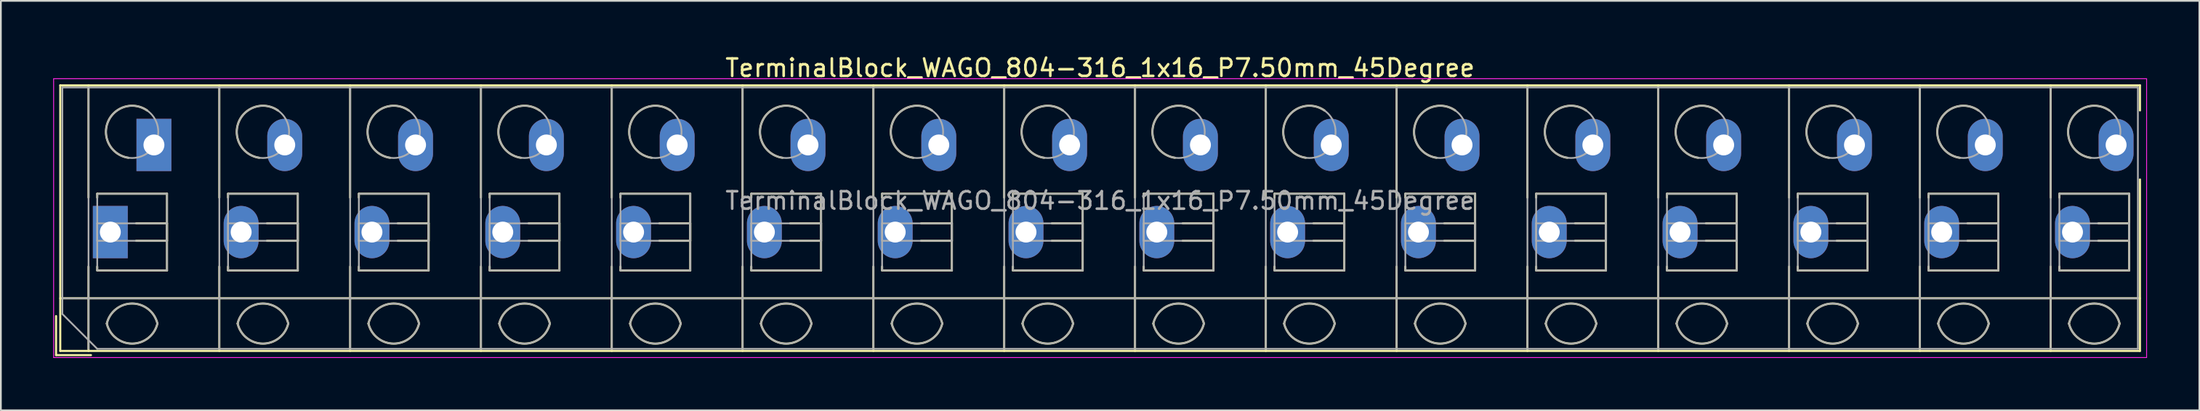
<source format=kicad_pcb>
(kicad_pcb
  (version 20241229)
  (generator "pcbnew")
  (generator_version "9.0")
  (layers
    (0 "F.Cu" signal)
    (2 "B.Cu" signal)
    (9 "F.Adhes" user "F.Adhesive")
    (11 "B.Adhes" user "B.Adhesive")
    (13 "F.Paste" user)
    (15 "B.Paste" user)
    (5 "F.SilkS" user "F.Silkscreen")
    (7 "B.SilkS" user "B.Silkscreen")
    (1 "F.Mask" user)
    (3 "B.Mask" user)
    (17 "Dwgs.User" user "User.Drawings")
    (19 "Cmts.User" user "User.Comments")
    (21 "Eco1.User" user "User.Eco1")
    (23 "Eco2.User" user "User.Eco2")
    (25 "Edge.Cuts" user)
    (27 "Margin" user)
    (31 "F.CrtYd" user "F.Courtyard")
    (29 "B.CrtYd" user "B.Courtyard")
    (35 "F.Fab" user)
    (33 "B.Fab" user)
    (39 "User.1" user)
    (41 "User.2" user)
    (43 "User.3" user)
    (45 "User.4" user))
  (footprint "TerminalBlock_WAGO_804-316_1x16_P7.50mm_45Degree"
    (layer "F.Cu")
    (at 3.275 10.268)
    (property "Reference" "TerminalBlock_WAGO_804-316_1x16_P7.50mm_45Degree" (at 56.75 -9.42 0) (layer "F.SilkS") (effects (font (size 1 1) (thickness 0.15))))
    (attr through_hole)
    (fp_line (start -3.11 4.82) (end -3.11 7.06) (stroke (width 0.12) (type solid)) (layer "F.SilkS"))
    (fp_line (start -3.11 7.06) (end -1.11 7.06) (stroke (width 0.12) (type solid)) (layer "F.SilkS"))
    (fp_line (start -2.87 -8.42) (end -2.87 6.82) (stroke (width 0.12) (type solid)) (layer "F.SilkS"))
    (fp_line (start -2.87 -8.42) (end 116.37 -8.42) (stroke (width 0.12) (type solid)) (layer "F.SilkS"))
    (fp_line (start -2.87 3.8) (end 116.37 3.8) (stroke (width 0.12) (type solid)) (layer "F.SilkS"))
    (fp_line (start -2.87 6.82) (end 116.37 6.82) (stroke (width 0.12) (type solid)) (layer "F.SilkS"))
    (fp_line (start -1.25 -8.42) (end -1.25 -1.98) (stroke (width 0.12) (type solid)) (layer "F.SilkS"))
    (fp_line (start -1.25 1.98) (end -1.25 6.82) (stroke (width 0.12) (type solid)) (layer "F.SilkS"))
    (fp_line (start -0.75 -2.2) (end -0.75 -1.98) (stroke (width 0.12) (type solid)) (layer "F.SilkS"))
    (fp_line (start -0.75 -2.2) (end 3.25 -2.2) (stroke (width 0.12) (type solid)) (layer "F.SilkS"))
    (fp_line (start -0.75 1.98) (end -0.75 2.2) (stroke (width 0.12) (type solid)) (layer "F.SilkS"))
    (fp_line (start -0.75 2.2) (end 3.25 2.2) (stroke (width 0.12) (type solid)) (layer "F.SilkS"))
    (fp_line (start 1.48 -0.5) (end 3.25 -0.5) (stroke (width 0.12) (type solid)) (layer "F.SilkS"))
    (fp_line (start 1.48 0.5) (end 3.25 0.5) (stroke (width 0.12) (type solid)) (layer "F.SilkS"))
    (fp_line (start 3.25 -2.2) (end 3.25 2.2) (stroke (width 0.12) (type solid)) (layer "F.SilkS"))
    (fp_line (start 3.25 -0.5) (end 3.25 0.5) (stroke (width 0.12) (type solid)) (layer "F.SilkS"))
    (fp_line (start 6.25 -8.42) (end 6.25 -1.98) (stroke (width 0.12) (type solid)) (layer "F.SilkS"))
    (fp_line (start 6.25 1.98) (end 6.25 6.82) (stroke (width 0.12) (type solid)) (layer "F.SilkS"))
    (fp_line (start 6.75 -2.2) (end 6.75 -1.98) (stroke (width 0.12) (type solid)) (layer "F.SilkS"))
    (fp_line (start 6.75 -2.2) (end 10.75 -2.2) (stroke (width 0.12) (type solid)) (layer "F.SilkS"))
    (fp_line (start 6.75 1.98) (end 6.75 2.2) (stroke (width 0.12) (type solid)) (layer "F.SilkS"))
    (fp_line (start 6.75 2.2) (end 10.75 2.2) (stroke (width 0.12) (type solid)) (layer "F.SilkS"))
    (fp_line (start 8.98 -0.5) (end 10.75 -0.5) (stroke (width 0.12) (type solid)) (layer "F.SilkS"))
    (fp_line (start 8.98 0.5) (end 10.75 0.5) (stroke (width 0.12) (type solid)) (layer "F.SilkS"))
    (fp_line (start 10.75 -2.2) (end 10.75 2.2) (stroke (width 0.12) (type solid)) (layer "F.SilkS"))
    (fp_line (start 10.75 -0.5) (end 10.75 0.5) (stroke (width 0.12) (type solid)) (layer "F.SilkS"))
    (fp_line (start 13.75 -8.42) (end 13.75 -1.98) (stroke (width 0.12) (type solid)) (layer "F.SilkS"))
    (fp_line (start 13.75 1.98) (end 13.75 6.82) (stroke (width 0.12) (type solid)) (layer "F.SilkS"))
    (fp_line (start 14.25 -2.2) (end 14.25 -1.98) (stroke (width 0.12) (type solid)) (layer "F.SilkS"))
    (fp_line (start 14.25 -2.2) (end 18.25 -2.2) (stroke (width 0.12) (type solid)) (layer "F.SilkS"))
    (fp_line (start 14.25 1.98) (end 14.25 2.2) (stroke (width 0.12) (type solid)) (layer "F.SilkS"))
    (fp_line (start 14.25 2.2) (end 18.25 2.2) (stroke (width 0.12) (type solid)) (layer "F.SilkS"))
    (fp_line (start 16.48 -0.5) (end 18.25 -0.5) (stroke (width 0.12) (type solid)) (layer "F.SilkS"))
    (fp_line (start 16.48 0.5) (end 18.25 0.5) (stroke (width 0.12) (type solid)) (layer "F.SilkS"))
    (fp_line (start 18.25 -2.2) (end 18.25 2.2) (stroke (width 0.12) (type solid)) (layer "F.SilkS"))
    (fp_line (start 18.25 -0.5) (end 18.25 0.5) (stroke (width 0.12) (type solid)) (layer "F.SilkS"))
    (fp_line (start 21.25 -8.42) (end 21.25 -1.98) (stroke (width 0.12) (type solid)) (layer "F.SilkS"))
    (fp_line (start 21.25 1.98) (end 21.25 6.82) (stroke (width 0.12) (type solid)) (layer "F.SilkS"))
    (fp_line (start 21.75 -2.2) (end 21.75 -1.98) (stroke (width 0.12) (type solid)) (layer "F.SilkS"))
    (fp_line (start 21.75 -2.2) (end 25.75 -2.2) (stroke (width 0.12) (type solid)) (layer "F.SilkS"))
    (fp_line (start 21.75 1.98) (end 21.75 2.2) (stroke (width 0.12) (type solid)) (layer "F.SilkS"))
    (fp_line (start 21.75 2.2) (end 25.75 2.2) (stroke (width 0.12) (type solid)) (layer "F.SilkS"))
    (fp_line (start 23.98 -0.5) (end 25.75 -0.5) (stroke (width 0.12) (type solid)) (layer "F.SilkS"))
    (fp_line (start 23.98 0.5) (end 25.75 0.5) (stroke (width 0.12) (type solid)) (layer "F.SilkS"))
    (fp_line (start 25.75 -2.2) (end 25.75 2.2) (stroke (width 0.12) (type solid)) (layer "F.SilkS"))
    (fp_line (start 25.75 -0.5) (end 25.75 0.5) (stroke (width 0.12) (type solid)) (layer "F.SilkS"))
    (fp_line (start 28.75 -8.42) (end 28.75 -1.98) (stroke (width 0.12) (type solid)) (layer "F.SilkS"))
    (fp_line (start 28.75 1.98) (end 28.75 6.82) (stroke (width 0.12) (type solid)) (layer "F.SilkS"))
    (fp_line (start 29.25 -2.2) (end 29.25 -1.98) (stroke (width 0.12) (type solid)) (layer "F.SilkS"))
    (fp_line (start 29.25 -2.2) (end 33.25 -2.2) (stroke (width 0.12) (type solid)) (layer "F.SilkS"))
    (fp_line (start 29.25 1.98) (end 29.25 2.2) (stroke (width 0.12) (type solid)) (layer "F.SilkS"))
    (fp_line (start 29.25 2.2) (end 33.25 2.2) (stroke (width 0.12) (type solid)) (layer "F.SilkS"))
    (fp_line (start 31.48 -0.5) (end 33.25 -0.5) (stroke (width 0.12) (type solid)) (layer "F.SilkS"))
    (fp_line (start 31.48 0.5) (end 33.25 0.5) (stroke (width 0.12) (type solid)) (layer "F.SilkS"))
    (fp_line (start 33.25 -2.2) (end 33.25 2.2) (stroke (width 0.12) (type solid)) (layer "F.SilkS"))
    (fp_line (start 33.25 -0.5) (end 33.25 0.5) (stroke (width 0.12) (type solid)) (layer "F.SilkS"))
    (fp_line (start 36.25 -8.42) (end 36.25 -1.98) (stroke (width 0.12) (type solid)) (layer "F.SilkS"))
    (fp_line (start 36.25 1.98) (end 36.25 6.82) (stroke (width 0.12) (type solid)) (layer "F.SilkS"))
    (fp_line (start 36.75 -2.2) (end 36.75 -1.98) (stroke (width 0.12) (type solid)) (layer "F.SilkS"))
    (fp_line (start 36.75 -2.2) (end 40.75 -2.2) (stroke (width 0.12) (type solid)) (layer "F.SilkS"))
    (fp_line (start 36.75 1.98) (end 36.75 2.2) (stroke (width 0.12) (type solid)) (layer "F.SilkS"))
    (fp_line (start 36.75 2.2) (end 40.75 2.2) (stroke (width 0.12) (type solid)) (layer "F.SilkS"))
    (fp_line (start 38.98 -0.5) (end 40.75 -0.5) (stroke (width 0.12) (type solid)) (layer "F.SilkS"))
    (fp_line (start 38.98 0.5) (end 40.75 0.5) (stroke (width 0.12) (type solid)) (layer "F.SilkS"))
    (fp_line (start 40.75 -2.2) (end 40.75 2.2) (stroke (width 0.12) (type solid)) (layer "F.SilkS"))
    (fp_line (start 40.75 -0.5) (end 40.75 0.5) (stroke (width 0.12) (type solid)) (layer "F.SilkS"))
    (fp_line (start 43.75 -8.42) (end 43.75 -1.98) (stroke (width 0.12) (type solid)) (layer "F.SilkS"))
    (fp_line (start 43.75 1.98) (end 43.75 6.82) (stroke (width 0.12) (type solid)) (layer "F.SilkS"))
    (fp_line (start 44.25 -2.2) (end 44.25 -1.98) (stroke (width 0.12) (type solid)) (layer "F.SilkS"))
    (fp_line (start 44.25 -2.2) (end 48.25 -2.2) (stroke (width 0.12) (type solid)) (layer "F.SilkS"))
    (fp_line (start 44.25 1.98) (end 44.25 2.2) (stroke (width 0.12) (type solid)) (layer "F.SilkS"))
    (fp_line (start 44.25 2.2) (end 48.25 2.2) (stroke (width 0.12) (type solid)) (layer "F.SilkS"))
    (fp_line (start 46.48 -0.5) (end 48.25 -0.5) (stroke (width 0.12) (type solid)) (layer "F.SilkS"))
    (fp_line (start 46.48 0.5) (end 48.25 0.5) (stroke (width 0.12) (type solid)) (layer "F.SilkS"))
    (fp_line (start 48.25 -2.2) (end 48.25 2.2) (stroke (width 0.12) (type solid)) (layer "F.SilkS"))
    (fp_line (start 48.25 -0.5) (end 48.25 0.5) (stroke (width 0.12) (type solid)) (layer "F.SilkS"))
    (fp_line (start 51.25 -8.42) (end 51.25 -1.98) (stroke (width 0.12) (type solid)) (layer "F.SilkS"))
    (fp_line (start 51.25 1.98) (end 51.25 6.82) (stroke (width 0.12) (type solid)) (layer "F.SilkS"))
    (fp_line (start 51.75 -2.2) (end 51.75 -1.98) (stroke (width 0.12) (type solid)) (layer "F.SilkS"))
    (fp_line (start 51.75 -2.2) (end 55.75 -2.2) (stroke (width 0.12) (type solid)) (layer "F.SilkS"))
    (fp_line (start 51.75 1.98) (end 51.75 2.2) (stroke (width 0.12) (type solid)) (layer "F.SilkS"))
    (fp_line (start 51.75 2.2) (end 55.75 2.2) (stroke (width 0.12) (type solid)) (layer "F.SilkS"))
    (fp_line (start 53.98 -0.5) (end 55.75 -0.5) (stroke (width 0.12) (type solid)) (layer "F.SilkS"))
    (fp_line (start 53.98 0.5) (end 55.75 0.5) (stroke (width 0.12) (type solid)) (layer "F.SilkS"))
    (fp_line (start 55.75 -2.2) (end 55.75 2.2) (stroke (width 0.12) (type solid)) (layer "F.SilkS"))
    (fp_line (start 55.75 -0.5) (end 55.75 0.5) (stroke (width 0.12) (type solid)) (layer "F.SilkS"))
    (fp_line (start 58.75 -8.42) (end 58.75 -1.98) (stroke (width 0.12) (type solid)) (layer "F.SilkS"))
    (fp_line (start 58.75 1.98) (end 58.75 6.82) (stroke (width 0.12) (type solid)) (layer "F.SilkS"))
    (fp_line (start 59.25 -2.2) (end 59.25 -1.98) (stroke (width 0.12) (type solid)) (layer "F.SilkS"))
    (fp_line (start 59.25 -2.2) (end 63.25 -2.2) (stroke (width 0.12) (type solid)) (layer "F.SilkS"))
    (fp_line (start 59.25 1.98) (end 59.25 2.2) (stroke (width 0.12) (type solid)) (layer "F.SilkS"))
    (fp_line (start 59.25 2.2) (end 63.25 2.2) (stroke (width 0.12) (type solid)) (layer "F.SilkS"))
    (fp_line (start 61.48 -0.5) (end 63.25 -0.5) (stroke (width 0.12) (type solid)) (layer "F.SilkS"))
    (fp_line (start 61.48 0.5) (end 63.25 0.5) (stroke (width 0.12) (type solid)) (layer "F.SilkS"))
    (fp_line (start 63.25 -2.2) (end 63.25 2.2) (stroke (width 0.12) (type solid)) (layer "F.SilkS"))
    (fp_line (start 63.25 -0.5) (end 63.25 0.5) (stroke (width 0.12) (type solid)) (layer "F.SilkS"))
    (fp_line (start 66.25 -8.42) (end 66.25 -1.98) (stroke (width 0.12) (type solid)) (layer "F.SilkS"))
    (fp_line (start 66.25 1.98) (end 66.25 6.82) (stroke (width 0.12) (type solid)) (layer "F.SilkS"))
    (fp_line (start 66.75 -2.2) (end 66.75 -1.98) (stroke (width 0.12) (type solid)) (layer "F.SilkS"))
    (fp_line (start 66.75 -2.2) (end 70.75 -2.2) (stroke (width 0.12) (type solid)) (layer "F.SilkS"))
    (fp_line (start 66.75 1.98) (end 66.75 2.2) (stroke (width 0.12) (type solid)) (layer "F.SilkS"))
    (fp_line (start 66.75 2.2) (end 70.75 2.2) (stroke (width 0.12) (type solid)) (layer "F.SilkS"))
    (fp_line (start 68.98 -0.5) (end 70.75 -0.5) (stroke (width 0.12) (type solid)) (layer "F.SilkS"))
    (fp_line (start 68.98 0.5) (end 70.75 0.5) (stroke (width 0.12) (type solid)) (layer "F.SilkS"))
    (fp_line (start 70.75 -2.2) (end 70.75 2.2) (stroke (width 0.12) (type solid)) (layer "F.SilkS"))
    (fp_line (start 70.75 -0.5) (end 70.75 0.5) (stroke (width 0.12) (type solid)) (layer "F.SilkS"))
    (fp_line (start 73.75 -8.42) (end 73.75 -1.98) (stroke (width 0.12) (type solid)) (layer "F.SilkS"))
    (fp_line (start 73.75 1.98) (end 73.75 6.82) (stroke (width 0.12) (type solid)) (layer "F.SilkS"))
    (fp_line (start 74.25 -2.2) (end 74.25 -1.98) (stroke (width 0.12) (type solid)) (layer "F.SilkS"))
    (fp_line (start 74.25 -2.2) (end 78.25 -2.2) (stroke (width 0.12) (type solid)) (layer "F.SilkS"))
    (fp_line (start 74.25 1.98) (end 74.25 2.2) (stroke (width 0.12) (type solid)) (layer "F.SilkS"))
    (fp_line (start 74.25 2.2) (end 78.25 2.2) (stroke (width 0.12) (type solid)) (layer "F.SilkS"))
    (fp_line (start 76.48 -0.5) (end 78.25 -0.5) (stroke (width 0.12) (type solid)) (layer "F.SilkS"))
    (fp_line (start 76.48 0.5) (end 78.25 0.5) (stroke (width 0.12) (type solid)) (layer "F.SilkS"))
    (fp_line (start 78.25 -2.2) (end 78.25 2.2) (stroke (width 0.12) (type solid)) (layer "F.SilkS"))
    (fp_line (start 78.25 -0.5) (end 78.25 0.5) (stroke (width 0.12) (type solid)) (layer "F.SilkS"))
    (fp_line (start 81.25 -8.42) (end 81.25 -1.98) (stroke (width 0.12) (type solid)) (layer "F.SilkS"))
    (fp_line (start 81.25 1.98) (end 81.25 6.82) (stroke (width 0.12) (type solid)) (layer "F.SilkS"))
    (fp_line (start 81.75 -2.2) (end 81.75 -1.98) (stroke (width 0.12) (type solid)) (layer "F.SilkS"))
    (fp_line (start 81.75 -2.2) (end 85.75 -2.2) (stroke (width 0.12) (type solid)) (layer "F.SilkS"))
    (fp_line (start 81.75 1.98) (end 81.75 2.2) (stroke (width 0.12) (type solid)) (layer "F.SilkS"))
    (fp_line (start 81.75 2.2) (end 85.75 2.2) (stroke (width 0.12) (type solid)) (layer "F.SilkS"))
    (fp_line (start 83.98 -0.5) (end 85.75 -0.5) (stroke (width 0.12) (type solid)) (layer "F.SilkS"))
    (fp_line (start 83.98 0.5) (end 85.75 0.5) (stroke (width 0.12) (type solid)) (layer "F.SilkS"))
    (fp_line (start 85.75 -2.2) (end 85.75 2.2) (stroke (width 0.12) (type solid)) (layer "F.SilkS"))
    (fp_line (start 85.75 -0.5) (end 85.75 0.5) (stroke (width 0.12) (type solid)) (layer "F.SilkS"))
    (fp_line (start 88.75 -8.42) (end 88.75 -1.98) (stroke (width 0.12) (type solid)) (layer "F.SilkS"))
    (fp_line (start 88.75 1.98) (end 88.75 6.82) (stroke (width 0.12) (type solid)) (layer "F.SilkS"))
    (fp_line (start 89.25 -2.2) (end 89.25 -1.98) (stroke (width 0.12) (type solid)) (layer "F.SilkS"))
    (fp_line (start 89.25 -2.2) (end 93.25 -2.2) (stroke (width 0.12) (type solid)) (layer "F.SilkS"))
    (fp_line (start 89.25 1.98) (end 89.25 2.2) (stroke (width 0.12) (type solid)) (layer "F.SilkS"))
    (fp_line (start 89.25 2.2) (end 93.25 2.2) (stroke (width 0.12) (type solid)) (layer "F.SilkS"))
    (fp_line (start 91.48 -0.5) (end 93.25 -0.5) (stroke (width 0.12) (type solid)) (layer "F.SilkS"))
    (fp_line (start 91.48 0.5) (end 93.25 0.5) (stroke (width 0.12) (type solid)) (layer "F.SilkS"))
    (fp_line (start 93.25 -2.2) (end 93.25 2.2) (stroke (width 0.12) (type solid)) (layer "F.SilkS"))
    (fp_line (start 93.25 -0.5) (end 93.25 0.5) (stroke (width 0.12) (type solid)) (layer "F.SilkS"))
    (fp_line (start 96.25 -8.42) (end 96.25 -1.98) (stroke (width 0.12) (type solid)) (layer "F.SilkS"))
    (fp_line (start 96.25 1.98) (end 96.25 6.82) (stroke (width 0.12) (type solid)) (layer "F.SilkS"))
    (fp_line (start 96.75 -2.2) (end 96.75 -1.98) (stroke (width 0.12) (type solid)) (layer "F.SilkS"))
    (fp_line (start 96.75 -2.2) (end 100.75 -2.2) (stroke (width 0.12) (type solid)) (layer "F.SilkS"))
    (fp_line (start 96.75 1.98) (end 96.75 2.2) (stroke (width 0.12) (type solid)) (layer "F.SilkS"))
    (fp_line (start 96.75 2.2) (end 100.75 2.2) (stroke (width 0.12) (type solid)) (layer "F.SilkS"))
    (fp_line (start 98.98 -0.5) (end 100.75 -0.5) (stroke (width 0.12) (type solid)) (layer "F.SilkS"))
    (fp_line (start 98.98 0.5) (end 100.75 0.5) (stroke (width 0.12) (type solid)) (layer "F.SilkS"))
    (fp_line (start 100.75 -2.2) (end 100.75 2.2) (stroke (width 0.12) (type solid)) (layer "F.SilkS"))
    (fp_line (start 100.75 -0.5) (end 100.75 0.5) (stroke (width 0.12) (type solid)) (layer "F.SilkS"))
    (fp_line (start 103.75 -8.42) (end 103.75 -1.98) (stroke (width 0.12) (type solid)) (layer "F.SilkS"))
    (fp_line (start 103.75 1.98) (end 103.75 6.82) (stroke (width 0.12) (type solid)) (layer "F.SilkS"))
    (fp_line (start 104.25 -2.2) (end 104.25 -1.98) (stroke (width 0.12) (type solid)) (layer "F.SilkS"))
    (fp_line (start 104.25 -2.2) (end 108.25 -2.2) (stroke (width 0.12) (type solid)) (layer "F.SilkS"))
    (fp_line (start 104.25 1.98) (end 104.25 2.2) (stroke (width 0.12) (type solid)) (layer "F.SilkS"))
    (fp_line (start 104.25 2.2) (end 108.25 2.2) (stroke (width 0.12) (type solid)) (layer "F.SilkS"))
    (fp_line (start 106.48 -0.5) (end 108.25 -0.5) (stroke (width 0.12) (type solid)) (layer "F.SilkS"))
    (fp_line (start 106.48 0.5) (end 108.25 0.5) (stroke (width 0.12) (type solid)) (layer "F.SilkS"))
    (fp_line (start 108.25 -2.2) (end 108.25 2.2) (stroke (width 0.12) (type solid)) (layer "F.SilkS"))
    (fp_line (start 108.25 -0.5) (end 108.25 0.5) (stroke (width 0.12) (type solid)) (layer "F.SilkS"))
    (fp_line (start 111.25 -8.42) (end 111.25 -1.98) (stroke (width 0.12) (type solid)) (layer "F.SilkS"))
    (fp_line (start 111.25 1.98) (end 111.25 6.82) (stroke (width 0.12) (type solid)) (layer "F.SilkS"))
    (fp_line (start 111.75 -2.2) (end 111.75 -1.98) (stroke (width 0.12) (type solid)) (layer "F.SilkS"))
    (fp_line (start 111.75 -2.2) (end 115.75 -2.2) (stroke (width 0.12) (type solid)) (layer "F.SilkS"))
    (fp_line (start 111.75 1.98) (end 111.75 2.2) (stroke (width 0.12) (type solid)) (layer "F.SilkS"))
    (fp_line (start 111.75 2.2) (end 115.75 2.2) (stroke (width 0.12) (type solid)) (layer "F.SilkS"))
    (fp_line (start 113.98 -0.5) (end 115.75 -0.5) (stroke (width 0.12) (type solid)) (layer "F.SilkS"))
    (fp_line (start 113.98 0.5) (end 115.75 0.5) (stroke (width 0.12) (type solid)) (layer "F.SilkS"))
    (fp_line (start 115.75 -2.2) (end 115.75 2.2) (stroke (width 0.12) (type solid)) (layer "F.SilkS"))
    (fp_line (start 115.75 -0.5) (end 115.75 0.5) (stroke (width 0.12) (type solid)) (layer "F.SilkS"))
    (fp_line (start 116.37 -8.42) (end 116.37 -6.98) (stroke (width 0.12) (type solid)) (layer "F.SilkS"))
    (fp_line (start 116.37 -3.02) (end 116.37 6.82) (stroke (width 0.12) (type solid)) (layer "F.SilkS"))
    (fp_arc (start -0.200865 5.250424) (mid 1.250296 4.099926) (end 2.701 5.251) (stroke (width 0.12) (type solid)) (layer "F.SilkS"))
    (fp_arc (start 1.040798 -4.264067) (mid -0.146039 -6.300306) (end 2.111 -6.979) (stroke (width 0.12) (type solid)) (layer "F.SilkS"))
    (fp_arc (start 2.7 5.25) (mid 1.250068 6.400101) (end -0.199969 5.250133) (stroke (width 0.12) (type solid)) (layer "F.SilkS"))
    (fp_arc (start 7.299135 5.250424) (mid 8.750296 4.099926) (end 10.201 5.251) (stroke (width 0.12) (type solid)) (layer "F.SilkS"))
    (fp_arc (start 8.540798 -4.264067) (mid 7.353961 -6.300306) (end 9.611 -6.979) (stroke (width 0.12) (type solid)) (layer "F.SilkS"))
    (fp_arc (start 10.2 5.25) (mid 8.750068 6.400101) (end 7.300031 5.250133) (stroke (width 0.12) (type solid)) (layer "F.SilkS"))
    (fp_arc (start 14.799135 5.250424) (mid 16.250296 4.099926) (end 17.701 5.251) (stroke (width 0.12) (type solid)) (layer "F.SilkS"))
    (fp_arc (start 16.040798 -4.264067) (mid 14.853961 -6.300306) (end 17.111 -6.979) (stroke (width 0.12) (type solid)) (layer "F.SilkS"))
    (fp_arc (start 17.7 5.25) (mid 16.250068 6.400101) (end 14.800031 5.250133) (stroke (width 0.12) (type solid)) (layer "F.SilkS"))
    (fp_arc (start 22.299135 5.250424) (mid 23.750296 4.099926) (end 25.201 5.251) (stroke (width 0.12) (type solid)) (layer "F.SilkS"))
    (fp_arc (start 23.540798 -4.264067) (mid 22.353961 -6.300306) (end 24.611 -6.979) (stroke (width 0.12) (type solid)) (layer "F.SilkS"))
    (fp_arc (start 25.2 5.25) (mid 23.750068 6.400101) (end 22.300031 5.250133) (stroke (width 0.12) (type solid)) (layer "F.SilkS"))
    (fp_arc (start 29.799135 5.250424) (mid 31.250296 4.099926) (end 32.701 5.251) (stroke (width 0.12) (type solid)) (layer "F.SilkS"))
    (fp_arc (start 31.040798 -4.264067) (mid 29.853961 -6.300306) (end 32.111 -6.979) (stroke (width 0.12) (type solid)) (layer "F.SilkS"))
    (fp_arc (start 32.701 5.25) (mid 31.250296 6.401074) (end 29.799135 5.250576) (stroke (width 0.12) (type solid)) (layer "F.SilkS"))
    (fp_arc (start 37.299135 5.250424) (mid 38.750296 4.099926) (end 40.201 5.251) (stroke (width 0.12) (type solid)) (layer "F.SilkS"))
    (fp_arc (start 38.540798 -4.264067) (mid 37.353961 -6.300306) (end 39.611 -6.979) (stroke (width 0.12) (type solid)) (layer "F.SilkS"))
    (fp_arc (start 40.2 5.25) (mid 38.750068 6.400101) (end 37.300031 5.250133) (stroke (width 0.12) (type solid)) (layer "F.SilkS"))
    (fp_arc (start 44.799135 5.250424) (mid 46.250296 4.099926) (end 47.701 5.251) (stroke (width 0.12) (type solid)) (layer "F.SilkS"))
    (fp_arc (start 46.040798 -4.264067) (mid 44.853961 -6.300306) (end 47.111 -6.979) (stroke (width 0.12) (type solid)) (layer "F.SilkS"))
    (fp_arc (start 47.7 5.25) (mid 46.250068 6.400101) (end 44.800031 5.250133) (stroke (width 0.12) (type solid)) (layer "F.SilkS"))
    (fp_arc (start 52.299135 5.250424) (mid 53.750296 4.099926) (end 55.201 5.251) (stroke (width 0.12) (type solid)) (layer "F.SilkS"))
    (fp_arc (start 53.540798 -4.264067) (mid 52.353961 -6.300306) (end 54.611 -6.979) (stroke (width 0.12) (type solid)) (layer "F.SilkS"))
    (fp_arc (start 55.2 5.25) (mid 53.750068 6.400101) (end 52.300031 5.250133) (stroke (width 0.12) (type solid)) (layer "F.SilkS"))
    (fp_arc (start 59.799135 5.250424) (mid 61.250296 4.099926) (end 62.701 5.251) (stroke (width 0.12) (type solid)) (layer "F.SilkS"))
    (fp_arc (start 61.040798 -4.264067) (mid 59.853961 -6.300306) (end 62.111 -6.979) (stroke (width 0.12) (type solid)) (layer "F.SilkS"))
    (fp_arc (start 62.7 5.25) (mid 61.250068 6.400101) (end 59.800031 5.250133) (stroke (width 0.12) (type solid)) (layer "F.SilkS"))
    (fp_arc (start 67.299135 5.250424) (mid 68.750296 4.099926) (end 70.201 5.251) (stroke (width 0.12) (type solid)) (layer "F.SilkS"))
    (fp_arc (start 68.540798 -4.264067) (mid 67.353961 -6.300306) (end 69.611 -6.979) (stroke (width 0.12) (type solid)) (layer "F.SilkS"))
    (fp_arc (start 70.2 5.25) (mid 68.750068 6.400101) (end 67.300031 5.250133) (stroke (width 0.12) (type solid)) (layer "F.SilkS"))
    (fp_arc (start 74.799135 5.250424) (mid 76.250296 4.099926) (end 77.701 5.251) (stroke (width 0.12) (type solid)) (layer "F.SilkS"))
    (fp_arc (start 76.040798 -4.264067) (mid 74.853961 -6.300306) (end 77.111 -6.979) (stroke (width 0.12) (type solid)) (layer "F.SilkS"))
    (fp_arc (start 77.7 5.25) (mid 76.250068 6.400101) (end 74.800031 5.250133) (stroke (width 0.12) (type solid)) (layer "F.SilkS"))
    (fp_arc (start 82.299135 5.250424) (mid 83.750296 4.099926) (end 85.201 5.251) (stroke (width 0.12) (type solid)) (layer "F.SilkS"))
    (fp_arc (start 83.540798 -4.264067) (mid 82.353961 -6.300306) (end 84.611 -6.979) (stroke (width 0.12) (type solid)) (layer "F.SilkS"))
    (fp_arc (start 85.2 5.25) (mid 83.750068 6.400101) (end 82.300031 5.250133) (stroke (width 0.12) (type solid)) (layer "F.SilkS"))
    (fp_arc (start 89.799135 5.250424) (mid 91.250296 4.099926) (end 92.701 5.251) (stroke (width 0.12) (type solid)) (layer "F.SilkS"))
    (fp_arc (start 91.040798 -4.264067) (mid 89.853961 -6.300306) (end 92.111 -6.979) (stroke (width 0.12) (type solid)) (layer "F.SilkS"))
    (fp_arc (start 92.7 5.25) (mid 91.250068 6.400101) (end 89.800031 5.250133) (stroke (width 0.12) (type solid)) (layer "F.SilkS"))
    (fp_arc (start 97.299135 5.250424) (mid 98.750296 4.099926) (end 100.201 5.251) (stroke (width 0.12) (type solid)) (layer "F.SilkS"))
    (fp_arc (start 98.540798 -4.264067) (mid 97.353961 -6.300306) (end 99.611 -6.979) (stroke (width 0.12) (type solid)) (layer "F.SilkS"))
    (fp_arc (start 100.2 5.25) (mid 98.750068 6.400101) (end 97.300031 5.250133) (stroke (width 0.12) (type solid)) (layer "F.SilkS"))
    (fp_arc (start 104.799135 5.250424) (mid 106.250296 4.099926) (end 107.701 5.251) (stroke (width 0.12) (type solid)) (layer "F.SilkS"))
    (fp_arc (start 106.040798 -4.264067) (mid 104.853961 -6.300306) (end 107.111 -6.979) (stroke (width 0.12) (type solid)) (layer "F.SilkS"))
    (fp_arc (start 107.7 5.25) (mid 106.250068 6.400101) (end 104.800031 5.250133) (stroke (width 0.12) (type solid)) (layer "F.SilkS"))
    (fp_arc (start 112.299135 5.250424) (mid 113.750296 4.099926) (end 115.201 5.251) (stroke (width 0.12) (type solid)) (layer "F.SilkS"))
    (fp_arc (start 113.540798 -4.264067) (mid 112.353961 -6.300306) (end 114.611 -6.979) (stroke (width 0.12) (type solid)) (layer "F.SilkS"))
    (fp_arc (start 115.2 5.25) (mid 113.750068 6.400101) (end 112.300031 5.250133) (stroke (width 0.12) (type solid)) (layer "F.SilkS"))
    (fp_line (start -3.25 -8.8) (end -3.25 7.2) (stroke (width 0.05) (type solid)) (layer "F.CrtYd"))
    (fp_line (start -3.25 7.2) (end 116.75 7.2) (stroke (width 0.05) (type solid)) (layer "F.CrtYd"))
    (fp_line (start 116.75 -8.8) (end -3.25 -8.8) (stroke (width 0.05) (type solid)) (layer "F.CrtYd"))
    (fp_line (start 116.75 7.2) (end 116.75 -8.8) (stroke (width 0.05) (type solid)) (layer "F.CrtYd"))
    (fp_line (start -2.75 -8.3) (end 116.25 -8.3) (stroke (width 0.1) (type solid)) (layer "F.Fab"))
    (fp_line (start -2.75 3.8) (end 116.25 3.8) (stroke (width 0.1) (type solid)) (layer "F.Fab"))
    (fp_line (start -2.75 4.7) (end -2.75 -8.3) (stroke (width 0.1) (type solid)) (layer "F.Fab"))
    (fp_line (start -1.25 -8.3) (end -1.25 6.7) (stroke (width 0.1) (type solid)) (layer "F.Fab"))
    (fp_line (start -0.75 -2.2) (end -0.75 2.2) (stroke (width 0.1) (type solid)) (layer "F.Fab"))
    (fp_line (start -0.75 -0.5) (end -0.75 0.5) (stroke (width 0.1) (type solid)) (layer "F.Fab"))
    (fp_line (start -0.75 0.5) (end 3.25 0.5) (stroke (width 0.1) (type solid)) (layer "F.Fab"))
    (fp_line (start -0.75 2.2) (end 3.25 2.2) (stroke (width 0.1) (type solid)) (layer "F.Fab"))
    (fp_line (start -0.75 6.7) (end -2.75 4.7) (stroke (width 0.1) (type solid)) (layer "F.Fab"))
    (fp_line (start 3.25 -2.2) (end -0.75 -2.2) (stroke (width 0.1) (type solid)) (layer "F.Fab"))
    (fp_line (start 3.25 -0.5) (end -0.75 -0.5) (stroke (width 0.1) (type solid)) (layer "F.Fab"))
    (fp_line (start 3.25 0.5) (end 3.25 -0.5) (stroke (width 0.1) (type solid)) (layer "F.Fab"))
    (fp_line (start 3.25 2.2) (end 3.25 -2.2) (stroke (width 0.1) (type solid)) (layer "F.Fab"))
    (fp_line (start 6.25 -8.3) (end 6.25 6.7) (stroke (width 0.1) (type solid)) (layer "F.Fab"))
    (fp_line (start 6.75 -2.2) (end 6.75 2.2) (stroke (width 0.1) (type solid)) (layer "F.Fab"))
    (fp_line (start 6.75 -0.5) (end 6.75 0.5) (stroke (width 0.1) (type solid)) (layer "F.Fab"))
    (fp_line (start 6.75 0.5) (end 10.75 0.5) (stroke (width 0.1) (type solid)) (layer "F.Fab"))
    (fp_line (start 6.75 2.2) (end 10.75 2.2) (stroke (width 0.1) (type solid)) (layer "F.Fab"))
    (fp_line (start 10.75 -2.2) (end 6.75 -2.2) (stroke (width 0.1) (type solid)) (layer "F.Fab"))
    (fp_line (start 10.75 -0.5) (end 6.75 -0.5) (stroke (width 0.1) (type solid)) (layer "F.Fab"))
    (fp_line (start 10.75 0.5) (end 10.75 -0.5) (stroke (width 0.1) (type solid)) (layer "F.Fab"))
    (fp_line (start 10.75 2.2) (end 10.75 -2.2) (stroke (width 0.1) (type solid)) (layer "F.Fab"))
    (fp_line (start 13.75 -8.3) (end 13.75 6.7) (stroke (width 0.1) (type solid)) (layer "F.Fab"))
    (fp_line (start 14.25 -2.2) (end 14.25 2.2) (stroke (width 0.1) (type solid)) (layer "F.Fab"))
    (fp_line (start 14.25 -0.5) (end 14.25 0.5) (stroke (width 0.1) (type solid)) (layer "F.Fab"))
    (fp_line (start 14.25 0.5) (end 18.25 0.5) (stroke (width 0.1) (type solid)) (layer "F.Fab"))
    (fp_line (start 14.25 2.2) (end 18.25 2.2) (stroke (width 0.1) (type solid)) (layer "F.Fab"))
    (fp_line (start 18.25 -2.2) (end 14.25 -2.2) (stroke (width 0.1) (type solid)) (layer "F.Fab"))
    (fp_line (start 18.25 -0.5) (end 14.25 -0.5) (stroke (width 0.1) (type solid)) (layer "F.Fab"))
    (fp_line (start 18.25 0.5) (end 18.25 -0.5) (stroke (width 0.1) (type solid)) (layer "F.Fab"))
    (fp_line (start 18.25 2.2) (end 18.25 -2.2) (stroke (width 0.1) (type solid)) (layer "F.Fab"))
    (fp_line (start 21.25 -8.3) (end 21.25 6.7) (stroke (width 0.1) (type solid)) (layer "F.Fab"))
    (fp_line (start 21.75 -2.2) (end 21.75 2.2) (stroke (width 0.1) (type solid)) (layer "F.Fab"))
    (fp_line (start 21.75 -0.5) (end 21.75 0.5) (stroke (width 0.1) (type solid)) (layer "F.Fab"))
    (fp_line (start 21.75 0.5) (end 25.75 0.5) (stroke (width 0.1) (type solid)) (layer "F.Fab"))
    (fp_line (start 21.75 2.2) (end 25.75 2.2) (stroke (width 0.1) (type solid)) (layer "F.Fab"))
    (fp_line (start 25.75 -2.2) (end 21.75 -2.2) (stroke (width 0.1) (type solid)) (layer "F.Fab"))
    (fp_line (start 25.75 -0.5) (end 21.75 -0.5) (stroke (width 0.1) (type solid)) (layer "F.Fab"))
    (fp_line (start 25.75 0.5) (end 25.75 -0.5) (stroke (width 0.1) (type solid)) (layer "F.Fab"))
    (fp_line (start 25.75 2.2) (end 25.75 -2.2) (stroke (width 0.1) (type solid)) (layer "F.Fab"))
    (fp_line (start 28.75 -8.3) (end 28.75 6.7) (stroke (width 0.1) (type solid)) (layer "F.Fab"))
    (fp_line (start 29.25 -2.2) (end 29.25 2.2) (stroke (width 0.1) (type solid)) (layer "F.Fab"))
    (fp_line (start 29.25 -0.5) (end 29.25 0.5) (stroke (width 0.1) (type solid)) (layer "F.Fab"))
    (fp_line (start 29.25 0.5) (end 33.25 0.5) (stroke (width 0.1) (type solid)) (layer "F.Fab"))
    (fp_line (start 29.25 2.2) (end 33.25 2.2) (stroke (width 0.1) (type solid)) (layer "F.Fab"))
    (fp_line (start 33.25 -2.2) (end 29.25 -2.2) (stroke (width 0.1) (type solid)) (layer "F.Fab"))
    (fp_line (start 33.25 -0.5) (end 29.25 -0.5) (stroke (width 0.1) (type solid)) (layer "F.Fab"))
    (fp_line (start 33.25 0.5) (end 33.25 -0.5) (stroke (width 0.1) (type solid)) (layer "F.Fab"))
    (fp_line (start 33.25 2.2) (end 33.25 -2.2) (stroke (width 0.1) (type solid)) (layer "F.Fab"))
    (fp_line (start 36.25 -8.3) (end 36.25 6.7) (stroke (width 0.1) (type solid)) (layer "F.Fab"))
    (fp_line (start 36.75 -2.2) (end 36.75 2.2) (stroke (width 0.1) (type solid)) (layer "F.Fab"))
    (fp_line (start 36.75 -0.5) (end 36.75 0.5) (stroke (width 0.1) (type solid)) (layer "F.Fab"))
    (fp_line (start 36.75 0.5) (end 40.75 0.5) (stroke (width 0.1) (type solid)) (layer "F.Fab"))
    (fp_line (start 36.75 2.2) (end 40.75 2.2) (stroke (width 0.1) (type solid)) (layer "F.Fab"))
    (fp_line (start 40.75 -2.2) (end 36.75 -2.2) (stroke (width 0.1) (type solid)) (layer "F.Fab"))
    (fp_line (start 40.75 -0.5) (end 36.75 -0.5) (stroke (width 0.1) (type solid)) (layer "F.Fab"))
    (fp_line (start 40.75 0.5) (end 40.75 -0.5) (stroke (width 0.1) (type solid)) (layer "F.Fab"))
    (fp_line (start 40.75 2.2) (end 40.75 -2.2) (stroke (width 0.1) (type solid)) (layer "F.Fab"))
    (fp_line (start 43.75 -8.3) (end 43.75 6.7) (stroke (width 0.1) (type solid)) (layer "F.Fab"))
    (fp_line (start 44.25 -2.2) (end 44.25 2.2) (stroke (width 0.1) (type solid)) (layer "F.Fab"))
    (fp_line (start 44.25 -0.5) (end 44.25 0.5) (stroke (width 0.1) (type solid)) (layer "F.Fab"))
    (fp_line (start 44.25 0.5) (end 48.25 0.5) (stroke (width 0.1) (type solid)) (layer "F.Fab"))
    (fp_line (start 44.25 2.2) (end 48.25 2.2) (stroke (width 0.1) (type solid)) (layer "F.Fab"))
    (fp_line (start 48.25 -2.2) (end 44.25 -2.2) (stroke (width 0.1) (type solid)) (layer "F.Fab"))
    (fp_line (start 48.25 -0.5) (end 44.25 -0.5) (stroke (width 0.1) (type solid)) (layer "F.Fab"))
    (fp_line (start 48.25 0.5) (end 48.25 -0.5) (stroke (width 0.1) (type solid)) (layer "F.Fab"))
    (fp_line (start 48.25 2.2) (end 48.25 -2.2) (stroke (width 0.1) (type solid)) (layer "F.Fab"))
    (fp_line (start 51.25 -8.3) (end 51.25 6.7) (stroke (width 0.1) (type solid)) (layer "F.Fab"))
    (fp_line (start 51.75 -2.2) (end 51.75 2.2) (stroke (width 0.1) (type solid)) (layer "F.Fab"))
    (fp_line (start 51.75 -0.5) (end 51.75 0.5) (stroke (width 0.1) (type solid)) (layer "F.Fab"))
    (fp_line (start 51.75 0.5) (end 55.75 0.5) (stroke (width 0.1) (type solid)) (layer "F.Fab"))
    (fp_line (start 51.75 2.2) (end 55.75 2.2) (stroke (width 0.1) (type solid)) (layer "F.Fab"))
    (fp_line (start 55.75 -2.2) (end 51.75 -2.2) (stroke (width 0.1) (type solid)) (layer "F.Fab"))
    (fp_line (start 55.75 -0.5) (end 51.75 -0.5) (stroke (width 0.1) (type solid)) (layer "F.Fab"))
    (fp_line (start 55.75 0.5) (end 55.75 -0.5) (stroke (width 0.1) (type solid)) (layer "F.Fab"))
    (fp_line (start 55.75 2.2) (end 55.75 -2.2) (stroke (width 0.1) (type solid)) (layer "F.Fab"))
    (fp_line (start 58.75 -8.3) (end 58.75 6.7) (stroke (width 0.1) (type solid)) (layer "F.Fab"))
    (fp_line (start 59.25 -2.2) (end 59.25 2.2) (stroke (width 0.1) (type solid)) (layer "F.Fab"))
    (fp_line (start 59.25 -0.5) (end 59.25 0.5) (stroke (width 0.1) (type solid)) (layer "F.Fab"))
    (fp_line (start 59.25 0.5) (end 63.25 0.5) (stroke (width 0.1) (type solid)) (layer "F.Fab"))
    (fp_line (start 59.25 2.2) (end 63.25 2.2) (stroke (width 0.1) (type solid)) (layer "F.Fab"))
    (fp_line (start 63.25 -2.2) (end 59.25 -2.2) (stroke (width 0.1) (type solid)) (layer "F.Fab"))
    (fp_line (start 63.25 -0.5) (end 59.25 -0.5) (stroke (width 0.1) (type solid)) (layer "F.Fab"))
    (fp_line (start 63.25 0.5) (end 63.25 -0.5) (stroke (width 0.1) (type solid)) (layer "F.Fab"))
    (fp_line (start 63.25 2.2) (end 63.25 -2.2) (stroke (width 0.1) (type solid)) (layer "F.Fab"))
    (fp_line (start 66.25 -8.3) (end 66.25 6.7) (stroke (width 0.1) (type solid)) (layer "F.Fab"))
    (fp_line (start 66.75 -2.2) (end 66.75 2.2) (stroke (width 0.1) (type solid)) (layer "F.Fab"))
    (fp_line (start 66.75 -0.5) (end 66.75 0.5) (stroke (width 0.1) (type solid)) (layer "F.Fab"))
    (fp_line (start 66.75 0.5) (end 70.75 0.5) (stroke (width 0.1) (type solid)) (layer "F.Fab"))
    (fp_line (start 66.75 2.2) (end 70.75 2.2) (stroke (width 0.1) (type solid)) (layer "F.Fab"))
    (fp_line (start 70.75 -2.2) (end 66.75 -2.2) (stroke (width 0.1) (type solid)) (layer "F.Fab"))
    (fp_line (start 70.75 -0.5) (end 66.75 -0.5) (stroke (width 0.1) (type solid)) (layer "F.Fab"))
    (fp_line (start 70.75 0.5) (end 70.75 -0.5) (stroke (width 0.1) (type solid)) (layer "F.Fab"))
    (fp_line (start 70.75 2.2) (end 70.75 -2.2) (stroke (width 0.1) (type solid)) (layer "F.Fab"))
    (fp_line (start 73.75 -8.3) (end 73.75 6.7) (stroke (width 0.1) (type solid)) (layer "F.Fab"))
    (fp_line (start 74.25 -2.2) (end 74.25 2.2) (stroke (width 0.1) (type solid)) (layer "F.Fab"))
    (fp_line (start 74.25 -0.5) (end 74.25 0.5) (stroke (width 0.1) (type solid)) (layer "F.Fab"))
    (fp_line (start 74.25 0.5) (end 78.25 0.5) (stroke (width 0.1) (type solid)) (layer "F.Fab"))
    (fp_line (start 74.25 2.2) (end 78.25 2.2) (stroke (width 0.1) (type solid)) (layer "F.Fab"))
    (fp_line (start 78.25 -2.2) (end 74.25 -2.2) (stroke (width 0.1) (type solid)) (layer "F.Fab"))
    (fp_line (start 78.25 -0.5) (end 74.25 -0.5) (stroke (width 0.1) (type solid)) (layer "F.Fab"))
    (fp_line (start 78.25 0.5) (end 78.25 -0.5) (stroke (width 0.1) (type solid)) (layer "F.Fab"))
    (fp_line (start 78.25 2.2) (end 78.25 -2.2) (stroke (width 0.1) (type solid)) (layer "F.Fab"))
    (fp_line (start 81.25 -8.3) (end 81.25 6.7) (stroke (width 0.1) (type solid)) (layer "F.Fab"))
    (fp_line (start 81.75 -2.2) (end 81.75 2.2) (stroke (width 0.1) (type solid)) (layer "F.Fab"))
    (fp_line (start 81.75 -0.5) (end 81.75 0.5) (stroke (width 0.1) (type solid)) (layer "F.Fab"))
    (fp_line (start 81.75 0.5) (end 85.75 0.5) (stroke (width 0.1) (type solid)) (layer "F.Fab"))
    (fp_line (start 81.75 2.2) (end 85.75 2.2) (stroke (width 0.1) (type solid)) (layer "F.Fab"))
    (fp_line (start 85.75 -2.2) (end 81.75 -2.2) (stroke (width 0.1) (type solid)) (layer "F.Fab"))
    (fp_line (start 85.75 -0.5) (end 81.75 -0.5) (stroke (width 0.1) (type solid)) (layer "F.Fab"))
    (fp_line (start 85.75 0.5) (end 85.75 -0.5) (stroke (width 0.1) (type solid)) (layer "F.Fab"))
    (fp_line (start 85.75 2.2) (end 85.75 -2.2) (stroke (width 0.1) (type solid)) (layer "F.Fab"))
    (fp_line (start 88.75 -8.3) (end 88.75 6.7) (stroke (width 0.1) (type solid)) (layer "F.Fab"))
    (fp_line (start 89.25 -2.2) (end 89.25 2.2) (stroke (width 0.1) (type solid)) (layer "F.Fab"))
    (fp_line (start 89.25 -0.5) (end 89.25 0.5) (stroke (width 0.1) (type solid)) (layer "F.Fab"))
    (fp_line (start 89.25 0.5) (end 93.25 0.5) (stroke (width 0.1) (type solid)) (layer "F.Fab"))
    (fp_line (start 89.25 2.2) (end 93.25 2.2) (stroke (width 0.1) (type solid)) (layer "F.Fab"))
    (fp_line (start 93.25 -2.2) (end 89.25 -2.2) (stroke (width 0.1) (type solid)) (layer "F.Fab"))
    (fp_line (start 93.25 -0.5) (end 89.25 -0.5) (stroke (width 0.1) (type solid)) (layer "F.Fab"))
    (fp_line (start 93.25 0.5) (end 93.25 -0.5) (stroke (width 0.1) (type solid)) (layer "F.Fab"))
    (fp_line (start 93.25 2.2) (end 93.25 -2.2) (stroke (width 0.1) (type solid)) (layer "F.Fab"))
    (fp_line (start 96.25 -8.3) (end 96.25 6.7) (stroke (width 0.1) (type solid)) (layer "F.Fab"))
    (fp_line (start 96.75 -2.2) (end 96.75 2.2) (stroke (width 0.1) (type solid)) (layer "F.Fab"))
    (fp_line (start 96.75 -0.5) (end 96.75 0.5) (stroke (width 0.1) (type solid)) (layer "F.Fab"))
    (fp_line (start 96.75 0.5) (end 100.75 0.5) (stroke (width 0.1) (type solid)) (layer "F.Fab"))
    (fp_line (start 96.75 2.2) (end 100.75 2.2) (stroke (width 0.1) (type solid)) (layer "F.Fab"))
    (fp_line (start 100.75 -2.2) (end 96.75 -2.2) (stroke (width 0.1) (type solid)) (layer "F.Fab"))
    (fp_line (start 100.75 -0.5) (end 96.75 -0.5) (stroke (width 0.1) (type solid)) (layer "F.Fab"))
    (fp_line (start 100.75 0.5) (end 100.75 -0.5) (stroke (width 0.1) (type solid)) (layer "F.Fab"))
    (fp_line (start 100.75 2.2) (end 100.75 -2.2) (stroke (width 0.1) (type solid)) (layer "F.Fab"))
    (fp_line (start 103.75 -8.3) (end 103.75 6.7) (stroke (width 0.1) (type solid)) (layer "F.Fab"))
    (fp_line (start 104.25 -2.2) (end 104.25 2.2) (stroke (width 0.1) (type solid)) (layer "F.Fab"))
    (fp_line (start 104.25 -0.5) (end 104.25 0.5) (stroke (width 0.1) (type solid)) (layer "F.Fab"))
    (fp_line (start 104.25 0.5) (end 108.25 0.5) (stroke (width 0.1) (type solid)) (layer "F.Fab"))
    (fp_line (start 104.25 2.2) (end 108.25 2.2) (stroke (width 0.1) (type solid)) (layer "F.Fab"))
    (fp_line (start 108.25 -2.2) (end 104.25 -2.2) (stroke (width 0.1) (type solid)) (layer "F.Fab"))
    (fp_line (start 108.25 -0.5) (end 104.25 -0.5) (stroke (width 0.1) (type solid)) (layer "F.Fab"))
    (fp_line (start 108.25 0.5) (end 108.25 -0.5) (stroke (width 0.1) (type solid)) (layer "F.Fab"))
    (fp_line (start 108.25 2.2) (end 108.25 -2.2) (stroke (width 0.1) (type solid)) (layer "F.Fab"))
    (fp_line (start 111.25 -8.3) (end 111.25 6.7) (stroke (width 0.1) (type solid)) (layer "F.Fab"))
    (fp_line (start 111.75 -2.2) (end 111.75 2.2) (stroke (width 0.1) (type solid)) (layer "F.Fab"))
    (fp_line (start 111.75 -0.5) (end 111.75 0.5) (stroke (width 0.1) (type solid)) (layer "F.Fab"))
    (fp_line (start 111.75 0.5) (end 115.75 0.5) (stroke (width 0.1) (type solid)) (layer "F.Fab"))
    (fp_line (start 111.75 2.2) (end 115.75 2.2) (stroke (width 0.1) (type solid)) (layer "F.Fab"))
    (fp_line (start 115.75 -2.2) (end 111.75 -2.2) (stroke (width 0.1) (type solid)) (layer "F.Fab"))
    (fp_line (start 115.75 -0.5) (end 111.75 -0.5) (stroke (width 0.1) (type solid)) (layer "F.Fab"))
    (fp_line (start 115.75 0.5) (end 115.75 -0.5) (stroke (width 0.1) (type solid)) (layer "F.Fab"))
    (fp_line (start 115.75 2.2) (end 115.75 -2.2) (stroke (width 0.1) (type solid)) (layer "F.Fab"))
    (fp_line (start 116.25 -8.3) (end 116.25 6.7) (stroke (width 0.1) (type solid)) (layer "F.Fab"))
    (fp_line (start 116.25 6.7) (end -0.75 6.7) (stroke (width 0.1) (type solid)) (layer "F.Fab"))
    (fp_arc (start -0.200865 5.250424) (mid 1.250296 4.099926) (end 2.701 5.251) (stroke (width 0.1) (type solid)) (layer "F.Fab"))
    (fp_arc (start 2.7 5.25) (mid 1.250068 6.400101) (end -0.199969 5.250133) (stroke (width 0.1) (type solid)) (layer "F.Fab"))
    (fp_arc (start 7.299135 5.250424) (mid 8.750296 4.099926) (end 10.201 5.251) (stroke (width 0.1) (type solid)) (layer "F.Fab"))
    (fp_arc (start 10.2 5.25) (mid 8.750068 6.400101) (end 7.300031 5.250133) (stroke (width 0.1) (type solid)) (layer "F.Fab"))
    (fp_arc (start 14.799135 5.250424) (mid 16.250296 4.099926) (end 17.701 5.251) (stroke (width 0.1) (type solid)) (layer "F.Fab"))
    (fp_arc (start 17.7 5.25) (mid 16.250068 6.400101) (end 14.800031 5.250133) (stroke (width 0.1) (type solid)) (layer "F.Fab"))
    (fp_arc (start 22.299135 5.250424) (mid 23.750296 4.099926) (end 25.201 5.251) (stroke (width 0.1) (type solid)) (layer "F.Fab"))
    (fp_arc (start 25.2 5.25) (mid 23.750068 6.400101) (end 22.300031 5.250133) (stroke (width 0.1) (type solid)) (layer "F.Fab"))
    (fp_arc (start 29.799135 5.250424) (mid 31.250296 4.099926) (end 32.701 5.251) (stroke (width 0.1) (type solid)) (layer "F.Fab"))
    (fp_arc (start 32.701 5.25) (mid 31.250296 6.401074) (end 29.799135 5.250576) (stroke (width 0.1) (type solid)) (layer "F.Fab"))
    (fp_arc (start 37.299135 5.250424) (mid 38.750296 4.099926) (end 40.201 5.251) (stroke (width 0.1) (type solid)) (layer "F.Fab"))
    (fp_arc (start 40.2 5.25) (mid 38.750068 6.400101) (end 37.300031 5.250133) (stroke (width 0.1) (type solid)) (layer "F.Fab"))
    (fp_arc (start 44.799135 5.250424) (mid 46.250296 4.099926) (end 47.701 5.251) (stroke (width 0.1) (type solid)) (layer "F.Fab"))
    (fp_arc (start 47.7 5.25) (mid 46.250068 6.400101) (end 44.800031 5.250133) (stroke (width 0.1) (type solid)) (layer "F.Fab"))
    (fp_arc (start 52.299135 5.250424) (mid 53.750296 4.099926) (end 55.201 5.251) (stroke (width 0.1) (type solid)) (layer "F.Fab"))
    (fp_arc (start 55.2 5.25) (mid 53.750068 6.400101) (end 52.300031 5.250133) (stroke (width 0.1) (type solid)) (layer "F.Fab"))
    (fp_arc (start 59.799135 5.250424) (mid 61.250296 4.099926) (end 62.701 5.251) (stroke (width 0.1) (type solid)) (layer "F.Fab"))
    (fp_arc (start 62.7 5.25) (mid 61.250068 6.400101) (end 59.800031 5.250133) (stroke (width 0.1) (type solid)) (layer "F.Fab"))
    (fp_arc (start 67.299135 5.250424) (mid 68.750296 4.099926) (end 70.201 5.251) (stroke (width 0.1) (type solid)) (layer "F.Fab"))
    (fp_arc (start 70.2 5.25) (mid 68.750068 6.400101) (end 67.300031 5.250133) (stroke (width 0.1) (type solid)) (layer "F.Fab"))
    (fp_arc (start 74.799135 5.250424) (mid 76.250296 4.099926) (end 77.701 5.251) (stroke (width 0.1) (type solid)) (layer "F.Fab"))
    (fp_arc (start 77.7 5.25) (mid 76.250068 6.400101) (end 74.800031 5.250133) (stroke (width 0.1) (type solid)) (layer "F.Fab"))
    (fp_arc (start 82.299135 5.250424) (mid 83.750296 4.099926) (end 85.201 5.251) (stroke (width 0.1) (type solid)) (layer "F.Fab"))
    (fp_arc (start 85.2 5.25) (mid 83.750068 6.400101) (end 82.300031 5.250133) (stroke (width 0.1) (type solid)) (layer "F.Fab"))
    (fp_arc (start 89.799135 5.250424) (mid 91.250296 4.099926) (end 92.701 5.251) (stroke (width 0.1) (type solid)) (layer "F.Fab"))
    (fp_arc (start 92.7 5.25) (mid 91.250068 6.400101) (end 89.800031 5.250133) (stroke (width 0.1) (type solid)) (layer "F.Fab"))
    (fp_arc (start 97.299135 5.250424) (mid 98.750296 4.099926) (end 100.201 5.251) (stroke (width 0.1) (type solid)) (layer "F.Fab"))
    (fp_arc (start 100.2 5.25) (mid 98.750068 6.400101) (end 97.300031 5.250133) (stroke (width 0.1) (type solid)) (layer "F.Fab"))
    (fp_arc (start 104.799135 5.250424) (mid 106.250296 4.099926) (end 107.701 5.251) (stroke (width 0.1) (type solid)) (layer "F.Fab"))
    (fp_arc (start 107.7 5.25) (mid 106.250068 6.400101) (end 104.800031 5.250133) (stroke (width 0.1) (type solid)) (layer "F.Fab"))
    (fp_arc (start 112.299135 5.250424) (mid 113.750296 4.099926) (end 115.201 5.251) (stroke (width 0.1) (type solid)) (layer "F.Fab"))
    (fp_arc (start 115.2 5.25) (mid 113.750068 6.400101) (end 112.300031 5.250133) (stroke (width 0.1) (type solid)) (layer "F.Fab"))
    (fp_circle (center 1.25 -5.75) (end 2.75 -5.75) (stroke (width 0.1) (type solid)) (fill no) (layer "F.Fab"))
    (fp_circle (center 8.75 -5.75) (end 10.25 -5.75) (stroke (width 0.1) (type solid)) (fill no) (layer "F.Fab"))
    (fp_circle (center 16.25 -5.75) (end 17.75 -5.75) (stroke (width 0.1) (type solid)) (fill no) (layer "F.Fab"))
    (fp_circle (center 23.75 -5.75) (end 25.25 -5.75) (stroke (width 0.1) (type solid)) (fill no) (layer "F.Fab"))
    (fp_circle (center 31.25 -5.75) (end 32.75 -5.75) (stroke (width 0.1) (type solid)) (fill no) (layer "F.Fab"))
    (fp_circle (center 38.75 -5.75) (end 40.25 -5.75) (stroke (width 0.1) (type solid)) (fill no) (layer "F.Fab"))
    (fp_circle (center 46.25 -5.75) (end 47.75 -5.75) (stroke (width 0.1) (type solid)) (fill no) (layer "F.Fab"))
    (fp_circle (center 53.75 -5.75) (end 55.25 -5.75) (stroke (width 0.1) (type solid)) (fill no) (layer "F.Fab"))
    (fp_circle (center 61.25 -5.75) (end 62.75 -5.75) (stroke (width 0.1) (type solid)) (fill no) (layer "F.Fab"))
    (fp_circle (center 68.75 -5.75) (end 70.25 -5.75) (stroke (width 0.1) (type solid)) (fill no) (layer "F.Fab"))
    (fp_circle (center 76.25 -5.75) (end 77.75 -5.75) (stroke (width 0.1) (type solid)) (fill no) (layer "F.Fab"))
    (fp_circle (center 83.75 -5.75) (end 85.25 -5.75) (stroke (width 0.1) (type solid)) (fill no) (layer "F.Fab"))
    (fp_circle (center 91.25 -5.75) (end 92.75 -5.75) (stroke (width 0.1) (type solid)) (fill no) (layer "F.Fab"))
    (fp_circle (center 98.75 -5.75) (end 100.25 -5.75) (stroke (width 0.1) (type solid)) (fill no) (layer "F.Fab"))
    (fp_circle (center 106.25 -5.75) (end 107.75 -5.75) (stroke (width 0.1) (type solid)) (fill no) (layer "F.Fab"))
    (fp_circle (center 113.75 -5.75) (end 115.25 -5.75) (stroke (width 0.1) (type solid)) (fill no) (layer "F.Fab"))
    (fp_text user "${REFERENCE}" (at 56.75 -1.8 0) (layer "F.Fab") (effects (font (size 1 1) (thickness 0.15))))
    (pad "1" thru_hole rect (at 0 0) (size 2 3) (drill 1.2) (layers "*.Cu" "*.Mask"))
    (pad "1" thru_hole rect (at 2.5 -5) (size 2 3) (drill 1.2) (layers "*.Cu" "*.Mask"))
    (pad "2" thru_hole oval (at 7.5 0) (size 2 3) (drill 1.2) (layers "*.Cu" "*.Mask"))
    (pad "2" thru_hole oval (at 10 -5) (size 2 3) (drill 1.2) (layers "*.Cu" "*.Mask"))
    (pad "3" thru_hole oval (at 15 0) (size 2 3) (drill 1.2) (layers "*.Cu" "*.Mask"))
    (pad "3" thru_hole oval (at 17.5 -5) (size 2 3) (drill 1.2) (layers "*.Cu" "*.Mask"))
    (pad "4" thru_hole oval (at 22.5 0) (size 2 3) (drill 1.2) (layers "*.Cu" "*.Mask"))
    (pad "4" thru_hole oval (at 25 -5) (size 2 3) (drill 1.2) (layers "*.Cu" "*.Mask"))
    (pad "5" thru_hole oval (at 30 0) (size 2 3) (drill 1.2) (layers "*.Cu" "*.Mask"))
    (pad "5" thru_hole oval (at 32.5 -5) (size 2 3) (drill 1.2) (layers "*.Cu" "*.Mask"))
    (pad "6" thru_hole oval (at 37.5 0) (size 2 3) (drill 1.2) (layers "*.Cu" "*.Mask"))
    (pad "6" thru_hole oval (at 40 -5) (size 2 3) (drill 1.2) (layers "*.Cu" "*.Mask"))
    (pad "7" thru_hole oval (at 45 0) (size 2 3) (drill 1.2) (layers "*.Cu" "*.Mask"))
    (pad "7" thru_hole oval (at 47.5 -5) (size 2 3) (drill 1.2) (layers "*.Cu" "*.Mask"))
    (pad "8" thru_hole oval (at 52.5 0) (size 2 3) (drill 1.2) (layers "*.Cu" "*.Mask"))
    (pad "8" thru_hole oval (at 55 -5) (size 2 3) (drill 1.2) (layers "*.Cu" "*.Mask"))
    (pad "9" thru_hole oval (at 60 0) (size 2 3) (drill 1.2) (layers "*.Cu" "*.Mask"))
    (pad "9" thru_hole oval (at 62.5 -5) (size 2 3) (drill 1.2) (layers "*.Cu" "*.Mask"))
    (pad "10" thru_hole oval (at 67.5 0) (size 2 3) (drill 1.2) (layers "*.Cu" "*.Mask"))
    (pad "10" thru_hole oval (at 70 -5) (size 2 3) (drill 1.2) (layers "*.Cu" "*.Mask"))
    (pad "11" thru_hole oval (at 75 0) (size 2 3) (drill 1.2) (layers "*.Cu" "*.Mask"))
    (pad "11" thru_hole oval (at 77.5 -5) (size 2 3) (drill 1.2) (layers "*.Cu" "*.Mask"))
    (pad "12" thru_hole oval (at 82.5 0) (size 2 3) (drill 1.2) (layers "*.Cu" "*.Mask"))
    (pad "12" thru_hole oval (at 85 -5) (size 2 3) (drill 1.2) (layers "*.Cu" "*.Mask"))
    (pad "13" thru_hole oval (at 90 0) (size 2 3) (drill 1.2) (layers "*.Cu" "*.Mask"))
    (pad "13" thru_hole oval (at 92.5 -5) (size 2 3) (drill 1.2) (layers "*.Cu" "*.Mask"))
    (pad "14" thru_hole oval (at 97.5 0) (size 2 3) (drill 1.2) (layers "*.Cu" "*.Mask"))
    (pad "14" thru_hole oval (at 100 -5) (size 2 3) (drill 1.2) (layers "*.Cu" "*.Mask"))
    (pad "15" thru_hole oval (at 105 0) (size 2 3) (drill 1.2) (layers "*.Cu" "*.Mask"))
    (pad "15" thru_hole oval (at 107.5 -5) (size 2 3) (drill 1.2) (layers "*.Cu" "*.Mask"))
    (pad "16" thru_hole oval (at 112.5 0) (size 2 3) (drill 1.2) (layers "*.Cu" "*.Mask"))
    (pad "16" thru_hole oval (at 115 -5) (size 2 3) (drill 1.2) (layers "*.Cu" "*.Mask")))
  (gr_rect
    (start -3 -3)
    (end 123.05 20.493)
    (stroke (width 0.1) (type default))
    (fill no)
    (layer "Edge.Cuts")))
</source>
